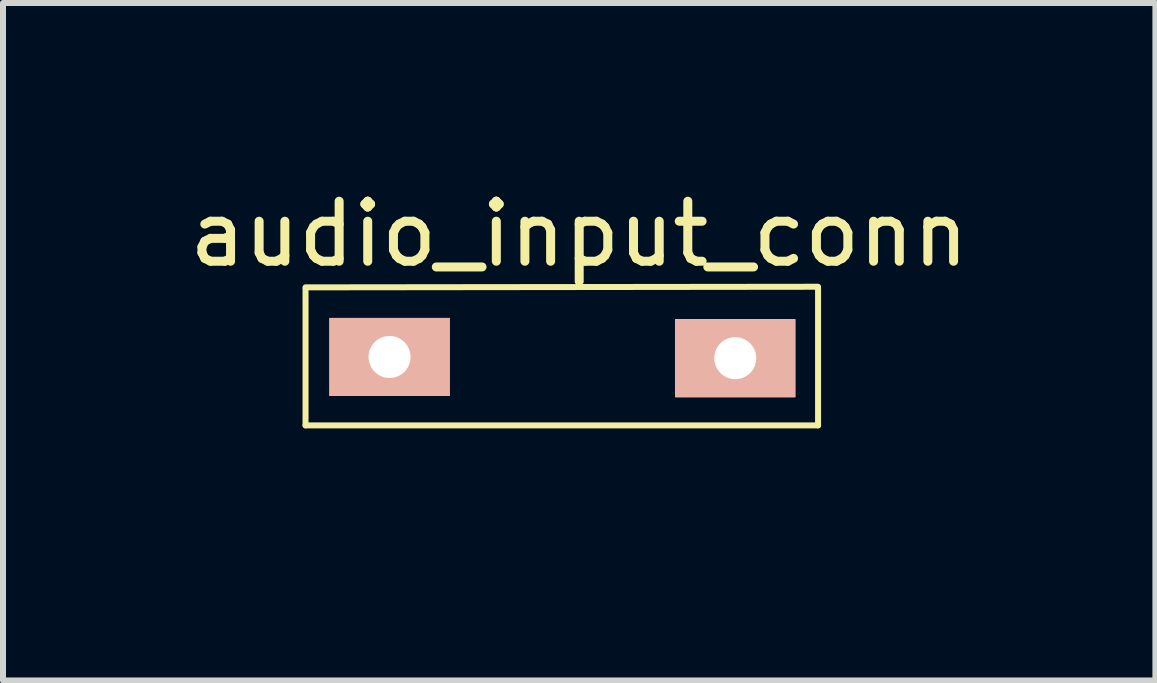
<source format=kicad_pcb>
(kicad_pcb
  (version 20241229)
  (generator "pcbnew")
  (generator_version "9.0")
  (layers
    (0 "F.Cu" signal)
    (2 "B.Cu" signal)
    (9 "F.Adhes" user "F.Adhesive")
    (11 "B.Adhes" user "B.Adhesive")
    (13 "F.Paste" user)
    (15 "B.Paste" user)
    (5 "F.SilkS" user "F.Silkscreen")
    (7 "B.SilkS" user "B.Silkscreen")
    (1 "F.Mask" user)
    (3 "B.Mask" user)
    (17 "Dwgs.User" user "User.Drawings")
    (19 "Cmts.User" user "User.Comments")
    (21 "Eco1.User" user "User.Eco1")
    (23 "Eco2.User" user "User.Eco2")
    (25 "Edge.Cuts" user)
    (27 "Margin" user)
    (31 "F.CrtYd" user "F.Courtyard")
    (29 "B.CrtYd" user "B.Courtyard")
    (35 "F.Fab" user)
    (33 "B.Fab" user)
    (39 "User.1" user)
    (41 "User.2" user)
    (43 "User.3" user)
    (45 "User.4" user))
  (footprint "audio_input_conn"
    (layer "F.Cu")
    (at 5.781 5.038)
    (property "Reference" "audio_input_conn" (at 0.82 -4.19 0) (layer "F.SilkS") (effects (font (size 1 1) (thickness 0.15))))
    (attr through_hole)
    (fp_line (start -3.74 -3.3) (end 4.8 -3.31) (stroke (width 0.1) (type solid)) (layer "F.SilkS"))
    (fp_line (start -3.74 -1) (end -3.74 -3.28) (stroke (width 0.1) (type solid)) (layer "F.SilkS"))
    (fp_line (start 4.8 -3.29) (end 4.8 -1) (stroke (width 0.1) (type solid)) (layer "F.SilkS"))
    (fp_line (start 4.8 -1) (end -3.74 -1) (stroke (width 0.1) (type solid)) (layer "F.SilkS"))
    (pad "1" thru_hole rect (at -2.34 -2.14) (size 2 1.3) (drill 0.7) (layers "*.SilkS" "*.Mask" "F.Cu"))
    (pad "2" thru_hole rect (at 3.42 -2.12) (size 2 1.3) (drill 0.7) (layers "*.SilkS" "*.Mask" "F.Cu")))
  (gr_rect
    (start -3 -3)
    (end 16.202 8.288)
    (stroke (width 0.1) (type default))
    (fill no)
    (layer "Edge.Cuts")))
</source>
